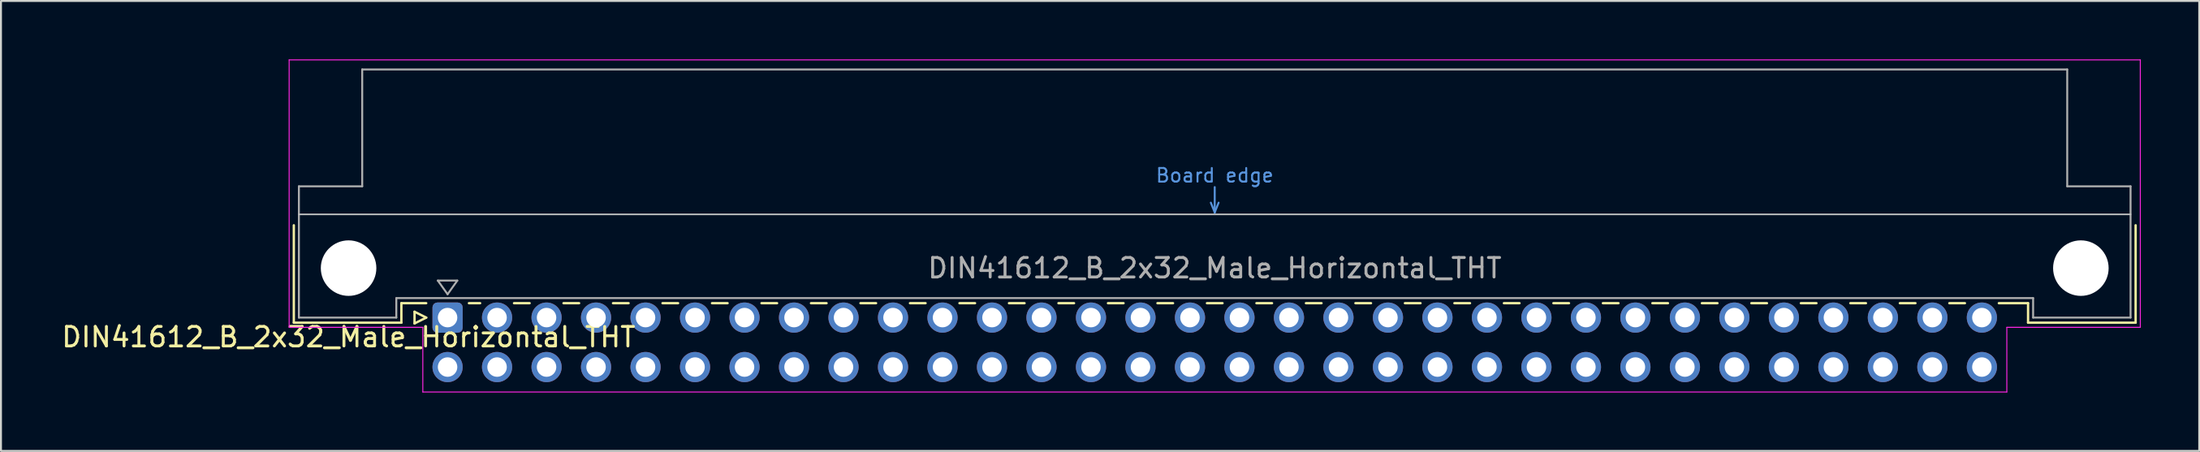
<source format=kicad_pcb>
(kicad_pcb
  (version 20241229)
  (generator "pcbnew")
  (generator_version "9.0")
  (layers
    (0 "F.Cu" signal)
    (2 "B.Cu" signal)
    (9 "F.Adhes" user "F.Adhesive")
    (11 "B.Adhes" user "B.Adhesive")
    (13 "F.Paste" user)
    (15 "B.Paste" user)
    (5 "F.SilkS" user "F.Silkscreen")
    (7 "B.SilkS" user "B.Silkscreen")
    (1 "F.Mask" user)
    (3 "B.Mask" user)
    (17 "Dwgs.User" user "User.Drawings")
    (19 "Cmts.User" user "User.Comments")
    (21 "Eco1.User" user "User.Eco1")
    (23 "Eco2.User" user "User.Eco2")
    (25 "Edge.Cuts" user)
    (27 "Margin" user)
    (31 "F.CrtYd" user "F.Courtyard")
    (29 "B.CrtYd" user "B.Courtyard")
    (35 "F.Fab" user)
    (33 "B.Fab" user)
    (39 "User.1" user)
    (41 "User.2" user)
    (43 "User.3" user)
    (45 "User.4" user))
  (footprint "DIN41612_B_2x32_Male_Horizontal_THT"
    (layer "F.Cu")
    (at 19.919 13.255)
    (property "Reference" "DIN41612_B_2x32_Male_Horizontal_THT" (at -5.08 1 0) (layer "F.SilkS") (effects (font (size 1 1) (thickness 0.15))))
    (attr through_hole)
    (fp_line (start -7.89 -4.74) (end -7.89 0.26) (stroke (width 0.12) (type solid)) (layer "F.SilkS"))
    (fp_line (start -7.89 0.26) (end -2.37 0.26) (stroke (width 0.12) (type solid)) (layer "F.SilkS"))
    (fp_line (start -2.371 -0.74) (end -1.095 -0.74) (stroke (width 0.12) (type solid)) (layer "F.SilkS"))
    (fp_line (start -2.37 0.26) (end -2.37 -0.74) (stroke (width 0.12) (type solid)) (layer "F.SilkS"))
    (fp_line (start -1.695 -0.3) (end -1.695 0.3) (stroke (width 0.12) (type solid)) (layer "F.SilkS"))
    (fp_line (start -1.695 0.3) (end -1.095 0) (stroke (width 0.12) (type solid)) (layer "F.SilkS"))
    (fp_line (start -1.095 0) (end -1.695 -0.3) (stroke (width 0.12) (type solid)) (layer "F.SilkS"))
    (fp_line (start 1.095 -0.74) (end 1.671 -0.74) (stroke (width 0.12) (type solid)) (layer "F.SilkS"))
    (fp_line (start 3.41 -0.74) (end 4.211 -0.74) (stroke (width 0.12) (type solid)) (layer "F.SilkS"))
    (fp_line (start 5.95 -0.74) (end 6.751 -0.74) (stroke (width 0.12) (type solid)) (layer "F.SilkS"))
    (fp_line (start 8.49 -0.74) (end 9.291 -0.74) (stroke (width 0.12) (type solid)) (layer "F.SilkS"))
    (fp_line (start 11.03 -0.74) (end 11.831 -0.74) (stroke (width 0.12) (type solid)) (layer "F.SilkS"))
    (fp_line (start 13.57 -0.74) (end 14.371 -0.74) (stroke (width 0.12) (type solid)) (layer "F.SilkS"))
    (fp_line (start 16.11 -0.74) (end 16.911 -0.74) (stroke (width 0.12) (type solid)) (layer "F.SilkS"))
    (fp_line (start 18.65 -0.74) (end 19.451 -0.74) (stroke (width 0.12) (type solid)) (layer "F.SilkS"))
    (fp_line (start 21.19 -0.74) (end 21.991 -0.74) (stroke (width 0.12) (type solid)) (layer "F.SilkS"))
    (fp_line (start 23.73 -0.74) (end 24.531 -0.74) (stroke (width 0.12) (type solid)) (layer "F.SilkS"))
    (fp_line (start 26.27 -0.74) (end 27.071 -0.74) (stroke (width 0.12) (type solid)) (layer "F.SilkS"))
    (fp_line (start 28.81 -0.74) (end 29.611 -0.74) (stroke (width 0.12) (type solid)) (layer "F.SilkS"))
    (fp_line (start 31.35 -0.74) (end 32.151 -0.74) (stroke (width 0.12) (type solid)) (layer "F.SilkS"))
    (fp_line (start 33.89 -0.74) (end 34.691 -0.74) (stroke (width 0.12) (type solid)) (layer "F.SilkS"))
    (fp_line (start 36.43 -0.74) (end 37.231 -0.74) (stroke (width 0.12) (type solid)) (layer "F.SilkS"))
    (fp_line (start 38.97 -0.74) (end 39.771 -0.74) (stroke (width 0.12) (type solid)) (layer "F.SilkS"))
    (fp_line (start 41.51 -0.74) (end 42.311 -0.74) (stroke (width 0.12) (type solid)) (layer "F.SilkS"))
    (fp_line (start 44.05 -0.74) (end 44.851 -0.74) (stroke (width 0.12) (type solid)) (layer "F.SilkS"))
    (fp_line (start 46.59 -0.74) (end 47.391 -0.74) (stroke (width 0.12) (type solid)) (layer "F.SilkS"))
    (fp_line (start 49.13 -0.74) (end 49.931 -0.74) (stroke (width 0.12) (type solid)) (layer "F.SilkS"))
    (fp_line (start 51.67 -0.74) (end 52.471 -0.74) (stroke (width 0.12) (type solid)) (layer "F.SilkS"))
    (fp_line (start 54.21 -0.74) (end 55.011 -0.74) (stroke (width 0.12) (type solid)) (layer "F.SilkS"))
    (fp_line (start 56.75 -0.74) (end 57.551 -0.74) (stroke (width 0.12) (type solid)) (layer "F.SilkS"))
    (fp_line (start 59.29 -0.74) (end 60.091 -0.74) (stroke (width 0.12) (type solid)) (layer "F.SilkS"))
    (fp_line (start 61.83 -0.74) (end 62.631 -0.74) (stroke (width 0.12) (type solid)) (layer "F.SilkS"))
    (fp_line (start 64.37 -0.74) (end 65.171 -0.74) (stroke (width 0.12) (type solid)) (layer "F.SilkS"))
    (fp_line (start 66.91 -0.74) (end 67.711 -0.74) (stroke (width 0.12) (type solid)) (layer "F.SilkS"))
    (fp_line (start 69.45 -0.74) (end 70.251 -0.74) (stroke (width 0.12) (type solid)) (layer "F.SilkS"))
    (fp_line (start 71.99 -0.74) (end 72.791 -0.74) (stroke (width 0.12) (type solid)) (layer "F.SilkS"))
    (fp_line (start 74.53 -0.74) (end 75.331 -0.74) (stroke (width 0.12) (type solid)) (layer "F.SilkS"))
    (fp_line (start 77.07 -0.74) (end 77.871 -0.74) (stroke (width 0.12) (type solid)) (layer "F.SilkS"))
    (fp_line (start 79.61 -0.74) (end 81.11 -0.74) (stroke (width 0.12) (type solid)) (layer "F.SilkS"))
    (fp_line (start 81.11 0.26) (end 81.11 -0.74) (stroke (width 0.12) (type solid)) (layer "F.SilkS"))
    (fp_line (start 86.63 -4.74) (end 86.63 0.26) (stroke (width 0.12) (type solid)) (layer "F.SilkS"))
    (fp_line (start 86.63 0.26) (end 81.11 0.26) (stroke (width 0.12) (type solid)) (layer "F.SilkS"))
    (fp_line (start -7.63 -5.3) (end 86.37 -5.3) (stroke (width 0.08) (type solid)) (layer "Dwgs.User"))
    (fp_line (start 39.17 -5.9) (end 39.37 -5.4) (stroke (width 0.1) (type solid)) (layer "Cmts.User"))
    (fp_line (start 39.37 -5.4) (end 39.37 -6.7) (stroke (width 0.1) (type solid)) (layer "Cmts.User"))
    (fp_line (start 39.37 -5.4) (end 39.57 -5.9) (stroke (width 0.1) (type solid)) (layer "Cmts.User"))
    (fp_line (start -8.13 -13.23) (end -8.13 0.5) (stroke (width 0.05) (type solid)) (layer "F.CrtYd"))
    (fp_line (start -8.13 0.5) (end -1.27 0.5) (stroke (width 0.05) (type solid)) (layer "F.CrtYd"))
    (fp_line (start -1.27 0.5) (end -1.27 3.82) (stroke (width 0.05) (type solid)) (layer "F.CrtYd"))
    (fp_line (start -1.27 3.82) (end 80.02 3.82) (stroke (width 0.05) (type solid)) (layer "F.CrtYd"))
    (fp_line (start 80.02 0.5) (end 86.87 0.5) (stroke (width 0.05) (type solid)) (layer "F.CrtYd"))
    (fp_line (start 80.02 3.82) (end 80.02 0.5) (stroke (width 0.05) (type solid)) (layer "F.CrtYd"))
    (fp_line (start 86.87 -13.23) (end -8.13 -13.23) (stroke (width 0.05) (type solid)) (layer "F.CrtYd"))
    (fp_line (start 86.87 0.5) (end 86.87 -13.23) (stroke (width 0.05) (type solid)) (layer "F.CrtYd"))
    (fp_line (start -7.63 -6.74) (end -7.63 0) (stroke (width 0.1) (type solid)) (layer "F.Fab"))
    (fp_line (start -7.63 0) (end -2.63 0) (stroke (width 0.1) (type solid)) (layer "F.Fab"))
    (fp_line (start -4.38 -12.74) (end -4.38 -6.74) (stroke (width 0.1) (type solid)) (layer "F.Fab"))
    (fp_line (start -4.38 -6.74) (end -7.63 -6.74) (stroke (width 0.1) (type solid)) (layer "F.Fab"))
    (fp_line (start -2.63 -1) (end 81.37 -1) (stroke (width 0.1) (type solid)) (layer "F.Fab"))
    (fp_line (start -2.63 0) (end -2.63 -1) (stroke (width 0.1) (type solid)) (layer "F.Fab"))
    (fp_line (start -0.5 -1.9) (end 0.5 -1.9) (stroke (width 0.1) (type solid)) (layer "F.Fab"))
    (fp_line (start 0 -1.2) (end -0.5 -1.9) (stroke (width 0.1) (type solid)) (layer "F.Fab"))
    (fp_line (start 0.5 -1.9) (end 0 -1.2) (stroke (width 0.1) (type solid)) (layer "F.Fab"))
    (fp_line (start 81.37 -1) (end 81.37 0) (stroke (width 0.1) (type solid)) (layer "F.Fab"))
    (fp_line (start 81.37 0) (end 86.37 0) (stroke (width 0.1) (type solid)) (layer "F.Fab"))
    (fp_line (start 83.12 -12.74) (end -4.38 -12.74) (stroke (width 0.1) (type solid)) (layer "F.Fab"))
    (fp_line (start 83.12 -6.74) (end 83.12 -12.74) (stroke (width 0.1) (type solid)) (layer "F.Fab"))
    (fp_line (start 86.37 -6.74) (end 83.12 -6.74) (stroke (width 0.1) (type solid)) (layer "F.Fab"))
    (fp_line (start 86.37 0) (end 86.37 -6.74) (stroke (width 0.1) (type solid)) (layer "F.Fab"))
    (fp_text user "Board edge" (at 39.37 -7.3 0) (layer "Cmts.User") (effects (font (size 0.7 0.7) (thickness 0.1))))
    (fp_text user "${REFERENCE}" (at 39.37 -2.54 0) (layer "F.Fab") (effects (font (size 1 1) (thickness 0.15))))
    (pad "" np_thru_hole circle (at -5.08 -2.54) (size 2.85 2.85) (drill 2.85) (layers "*.Cu" "*.Mask"))
    (pad "" np_thru_hole circle (at 83.82 -2.54) (size 2.85 2.85) (drill 2.85) (layers "*.Cu" "*.Mask"))
    (pad "a1" thru_hole roundrect (at 0 0) (size 1.55 1.55) (drill 1) (layers "*.Cu" "*.Mask") (roundrect_rratio 0.161))
    (pad "a2" thru_hole circle (at 2.54 0) (size 1.55 1.55) (drill 1) (layers "*.Cu" "*.Mask"))
    (pad "a3" thru_hole circle (at 5.08 0) (size 1.55 1.55) (drill 1) (layers "*.Cu" "*.Mask"))
    (pad "a4" thru_hole circle (at 7.62 0) (size 1.55 1.55) (drill 1) (layers "*.Cu" "*.Mask"))
    (pad "a5" thru_hole circle (at 10.16 0) (size 1.55 1.55) (drill 1) (layers "*.Cu" "*.Mask"))
    (pad "a6" thru_hole circle (at 12.7 0) (size 1.55 1.55) (drill 1) (layers "*.Cu" "*.Mask"))
    (pad "a7" thru_hole circle (at 15.24 0) (size 1.55 1.55) (drill 1) (layers "*.Cu" "*.Mask"))
    (pad "a8" thru_hole circle (at 17.78 0) (size 1.55 1.55) (drill 1) (layers "*.Cu" "*.Mask"))
    (pad "a9" thru_hole circle (at 20.32 0) (size 1.55 1.55) (drill 1) (layers "*.Cu" "*.Mask"))
    (pad "a10" thru_hole circle (at 22.86 0) (size 1.55 1.55) (drill 1) (layers "*.Cu" "*.Mask"))
    (pad "a11" thru_hole circle (at 25.4 0) (size 1.55 1.55) (drill 1) (layers "*.Cu" "*.Mask"))
    (pad "a12" thru_hole circle (at 27.94 0) (size 1.55 1.55) (drill 1) (layers "*.Cu" "*.Mask"))
    (pad "a13" thru_hole circle (at 30.48 0) (size 1.55 1.55) (drill 1) (layers "*.Cu" "*.Mask"))
    (pad "a14" thru_hole circle (at 33.02 0) (size 1.55 1.55) (drill 1) (layers "*.Cu" "*.Mask"))
    (pad "a15" thru_hole circle (at 35.56 0) (size 1.55 1.55) (drill 1) (layers "*.Cu" "*.Mask"))
    (pad "a16" thru_hole circle (at 38.1 0) (size 1.55 1.55) (drill 1) (layers "*.Cu" "*.Mask"))
    (pad "a17" thru_hole circle (at 40.64 0) (size 1.55 1.55) (drill 1) (layers "*.Cu" "*.Mask"))
    (pad "a18" thru_hole circle (at 43.18 0) (size 1.55 1.55) (drill 1) (layers "*.Cu" "*.Mask"))
    (pad "a19" thru_hole circle (at 45.72 0) (size 1.55 1.55) (drill 1) (layers "*.Cu" "*.Mask"))
    (pad "a20" thru_hole circle (at 48.26 0) (size 1.55 1.55) (drill 1) (layers "*.Cu" "*.Mask"))
    (pad "a21" thru_hole circle (at 50.8 0) (size 1.55 1.55) (drill 1) (layers "*.Cu" "*.Mask"))
    (pad "a22" thru_hole circle (at 53.34 0) (size 1.55 1.55) (drill 1) (layers "*.Cu" "*.Mask"))
    (pad "a23" thru_hole circle (at 55.88 0) (size 1.55 1.55) (drill 1) (layers "*.Cu" "*.Mask"))
    (pad "a24" thru_hole circle (at 58.42 0) (size 1.55 1.55) (drill 1) (layers "*.Cu" "*.Mask"))
    (pad "a25" thru_hole circle (at 60.96 0) (size 1.55 1.55) (drill 1) (layers "*.Cu" "*.Mask"))
    (pad "a26" thru_hole circle (at 63.5 0) (size 1.55 1.55) (drill 1) (layers "*.Cu" "*.Mask"))
    (pad "a27" thru_hole circle (at 66.04 0) (size 1.55 1.55) (drill 1) (layers "*.Cu" "*.Mask"))
    (pad "a28" thru_hole circle (at 68.58 0) (size 1.55 1.55) (drill 1) (layers "*.Cu" "*.Mask"))
    (pad "a29" thru_hole circle (at 71.12 0) (size 1.55 1.55) (drill 1) (layers "*.Cu" "*.Mask"))
    (pad "a30" thru_hole circle (at 73.66 0) (size 1.55 1.55) (drill 1) (layers "*.Cu" "*.Mask"))
    (pad "a31" thru_hole circle (at 76.2 0) (size 1.55 1.55) (drill 1) (layers "*.Cu" "*.Mask"))
    (pad "a32" thru_hole circle (at 78.74 0) (size 1.55 1.55) (drill 1) (layers "*.Cu" "*.Mask"))
    (pad "b1" thru_hole circle (at 0 2.54) (size 1.55 1.55) (drill 1) (layers "*.Cu" "*.Mask"))
    (pad "b2" thru_hole circle (at 2.54 2.54) (size 1.55 1.55) (drill 1) (layers "*.Cu" "*.Mask"))
    (pad "b3" thru_hole circle (at 5.08 2.54) (size 1.55 1.55) (drill 1) (layers "*.Cu" "*.Mask"))
    (pad "b4" thru_hole circle (at 7.62 2.54) (size 1.55 1.55) (drill 1) (layers "*.Cu" "*.Mask"))
    (pad "b5" thru_hole circle (at 10.16 2.54) (size 1.55 1.55) (drill 1) (layers "*.Cu" "*.Mask"))
    (pad "b6" thru_hole circle (at 12.7 2.54) (size 1.55 1.55) (drill 1) (layers "*.Cu" "*.Mask"))
    (pad "b7" thru_hole circle (at 15.24 2.54) (size 1.55 1.55) (drill 1) (layers "*.Cu" "*.Mask"))
    (pad "b8" thru_hole circle (at 17.78 2.54) (size 1.55 1.55) (drill 1) (layers "*.Cu" "*.Mask"))
    (pad "b9" thru_hole circle (at 20.32 2.54) (size 1.55 1.55) (drill 1) (layers "*.Cu" "*.Mask"))
    (pad "b10" thru_hole circle (at 22.86 2.54) (size 1.55 1.55) (drill 1) (layers "*.Cu" "*.Mask"))
    (pad "b11" thru_hole circle (at 25.4 2.54) (size 1.55 1.55) (drill 1) (layers "*.Cu" "*.Mask"))
    (pad "b12" thru_hole circle (at 27.94 2.54) (size 1.55 1.55) (drill 1) (layers "*.Cu" "*.Mask"))
    (pad "b13" thru_hole circle (at 30.48 2.54) (size 1.55 1.55) (drill 1) (layers "*.Cu" "*.Mask"))
    (pad "b14" thru_hole circle (at 33.02 2.54) (size 1.55 1.55) (drill 1) (layers "*.Cu" "*.Mask"))
    (pad "b15" thru_hole circle (at 35.56 2.54) (size 1.55 1.55) (drill 1) (layers "*.Cu" "*.Mask"))
    (pad "b16" thru_hole circle (at 38.1 2.54) (size 1.55 1.55) (drill 1) (layers "*.Cu" "*.Mask"))
    (pad "b17" thru_hole circle (at 40.64 2.54) (size 1.55 1.55) (drill 1) (layers "*.Cu" "*.Mask"))
    (pad "b18" thru_hole circle (at 43.18 2.54) (size 1.55 1.55) (drill 1) (layers "*.Cu" "*.Mask"))
    (pad "b19" thru_hole circle (at 45.72 2.54) (size 1.55 1.55) (drill 1) (layers "*.Cu" "*.Mask"))
    (pad "b20" thru_hole circle (at 48.26 2.54) (size 1.55 1.55) (drill 1) (layers "*.Cu" "*.Mask"))
    (pad "b21" thru_hole circle (at 50.8 2.54) (size 1.55 1.55) (drill 1) (layers "*.Cu" "*.Mask"))
    (pad "b22" thru_hole circle (at 53.34 2.54) (size 1.55 1.55) (drill 1) (layers "*.Cu" "*.Mask"))
    (pad "b23" thru_hole circle (at 55.88 2.54) (size 1.55 1.55) (drill 1) (layers "*.Cu" "*.Mask"))
    (pad "b24" thru_hole circle (at 58.42 2.54) (size 1.55 1.55) (drill 1) (layers "*.Cu" "*.Mask"))
    (pad "b25" thru_hole circle (at 60.96 2.54) (size 1.55 1.55) (drill 1) (layers "*.Cu" "*.Mask"))
    (pad "b26" thru_hole circle (at 63.5 2.54) (size 1.55 1.55) (drill 1) (layers "*.Cu" "*.Mask"))
    (pad "b27" thru_hole circle (at 66.04 2.54) (size 1.55 1.55) (drill 1) (layers "*.Cu" "*.Mask"))
    (pad "b28" thru_hole circle (at 68.58 2.54) (size 1.55 1.55) (drill 1) (layers "*.Cu" "*.Mask"))
    (pad "b29" thru_hole circle (at 71.12 2.54) (size 1.55 1.55) (drill 1) (layers "*.Cu" "*.Mask"))
    (pad "b30" thru_hole circle (at 73.66 2.54) (size 1.55 1.55) (drill 1) (layers "*.Cu" "*.Mask"))
    (pad "b31" thru_hole circle (at 76.2 2.54) (size 1.55 1.55) (drill 1) (layers "*.Cu" "*.Mask"))
    (pad "b32" thru_hole circle (at 78.74 2.54) (size 1.55 1.55) (drill 1) (layers "*.Cu" "*.Mask")))
  (gr_rect
    (start -3 -3)
    (end 109.814 20.1)
    (stroke (width 0.1) (type default))
    (fill no)
    (layer "Edge.Cuts")))
</source>
